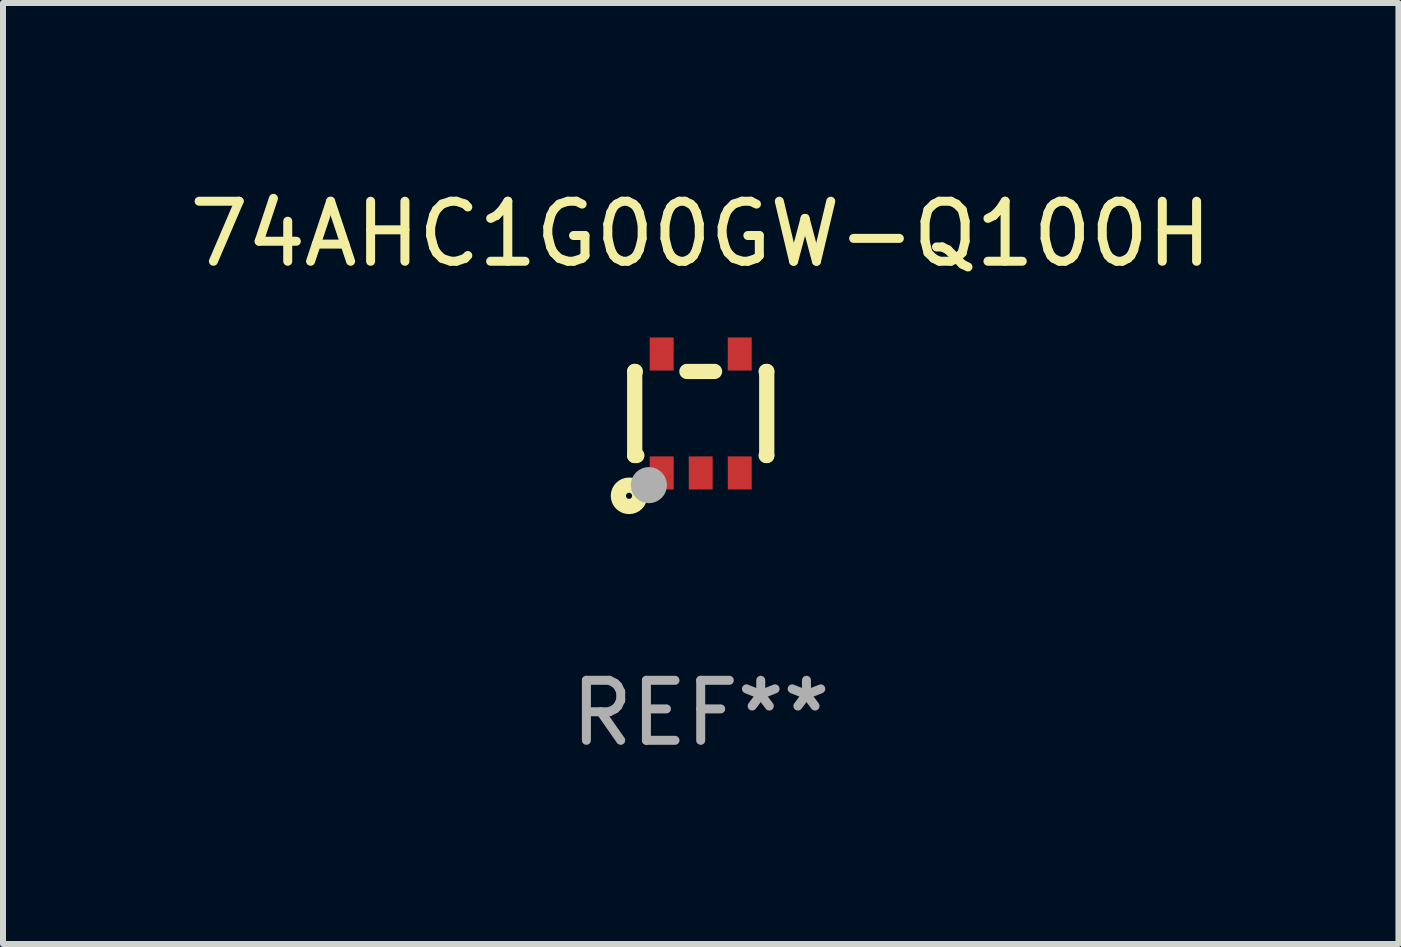
<source format=kicad_pcb>
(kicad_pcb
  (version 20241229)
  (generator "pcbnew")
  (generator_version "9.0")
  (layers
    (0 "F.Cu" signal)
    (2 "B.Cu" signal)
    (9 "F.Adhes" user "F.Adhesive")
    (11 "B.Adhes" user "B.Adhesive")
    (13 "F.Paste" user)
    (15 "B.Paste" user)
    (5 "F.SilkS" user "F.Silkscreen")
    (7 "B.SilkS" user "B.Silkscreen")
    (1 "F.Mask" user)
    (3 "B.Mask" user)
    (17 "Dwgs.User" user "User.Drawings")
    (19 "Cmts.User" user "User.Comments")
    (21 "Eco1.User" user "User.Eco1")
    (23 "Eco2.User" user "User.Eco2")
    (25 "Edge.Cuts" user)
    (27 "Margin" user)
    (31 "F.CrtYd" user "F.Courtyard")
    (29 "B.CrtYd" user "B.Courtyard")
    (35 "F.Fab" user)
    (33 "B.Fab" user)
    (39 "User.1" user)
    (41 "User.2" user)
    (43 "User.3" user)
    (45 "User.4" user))
  (footprint "74AHC1G00GW-Q100H"
    (layer "F.Cu")
    (at 8.625 3.839)
    (property "Reference" "74AHC1G00GW-Q100H" (at 0 -2.991 0) (layer "F.SilkS") (effects (font (size 1 1) (thickness 0.15))))
    (attr through_hole)
    (fp_line (start -1.1 -0.7) (end -1.1 0.7) (stroke (width 0.254) (type solid)) (layer "F.SilkS"))
    (fp_line (start -1.1 -0.7) (end -1.09 -0.7) (stroke (width 0.254) (type solid)) (layer "F.SilkS"))
    (fp_line (start -1.1 0.7) (end -1.065 0.7) (stroke (width 0.254) (type solid)) (layer "F.SilkS"))
    (fp_line (start -0.23 -0.7) (end 0.23 -0.7) (stroke (width 0.254) (type solid)) (layer "F.SilkS"))
    (fp_line (start 1.09 -0.7) (end 1.1 -0.7) (stroke (width 0.254) (type solid)) (layer "F.SilkS"))
    (fp_line (start 1.09 0.7) (end 1.1 0.7) (stroke (width 0.254) (type solid)) (layer "F.SilkS"))
    (fp_line (start 1.1 -0.7) (end 1.1 0.7) (stroke (width 0.254) (type solid)) (layer "F.SilkS"))
    (fp_circle (center -1.194 1.372) (end -1.143 1.372) (stroke (width 0.254) (type solid)) (fill no) (layer "F.SilkS"))
    (fp_circle (center -1.05 1.063) (end -1.02 1.063) (stroke (width 0.06) (type solid)) (fill no) (layer "F.SilkS"))
    (fp_circle (center -0.864 1.194) (end -0.713 1.194) (stroke (width 0.3) (type solid)) (fill no) (layer "F.Fab"))
    (fp_text user "REF**" (at 0 4.991 0) (layer "F.Fab") (effects (font (size 1 1) (thickness 0.15))))
    (pad "1" smd rect (at -0.65 0.991 180) (size 0.399 0.551) (layers "F.Cu" "F.Mask" "F.Paste"))
    (pad "2" smd rect (at 0 0.991 180) (size 0.399 0.551) (layers "F.Cu" "F.Mask" "F.Paste"))
    (pad "3" smd rect (at 0.65 0.991 180) (size 0.399 0.551) (layers "F.Cu" "F.Mask" "F.Paste"))
    (pad "4" smd rect (at 0.65 -0.991 180) (size 0.399 0.551) (layers "F.Cu" "F.Mask" "F.Paste"))
    (pad "5" smd rect (at -0.65 -0.991 180) (size 0.399 0.551) (layers "F.Cu" "F.Mask" "F.Paste")))
  (gr_rect
    (start -3 -3)
    (end 20.25 12.678)
    (stroke (width 0.1) (type default))
    (fill no)
    (layer "Edge.Cuts")))
</source>
